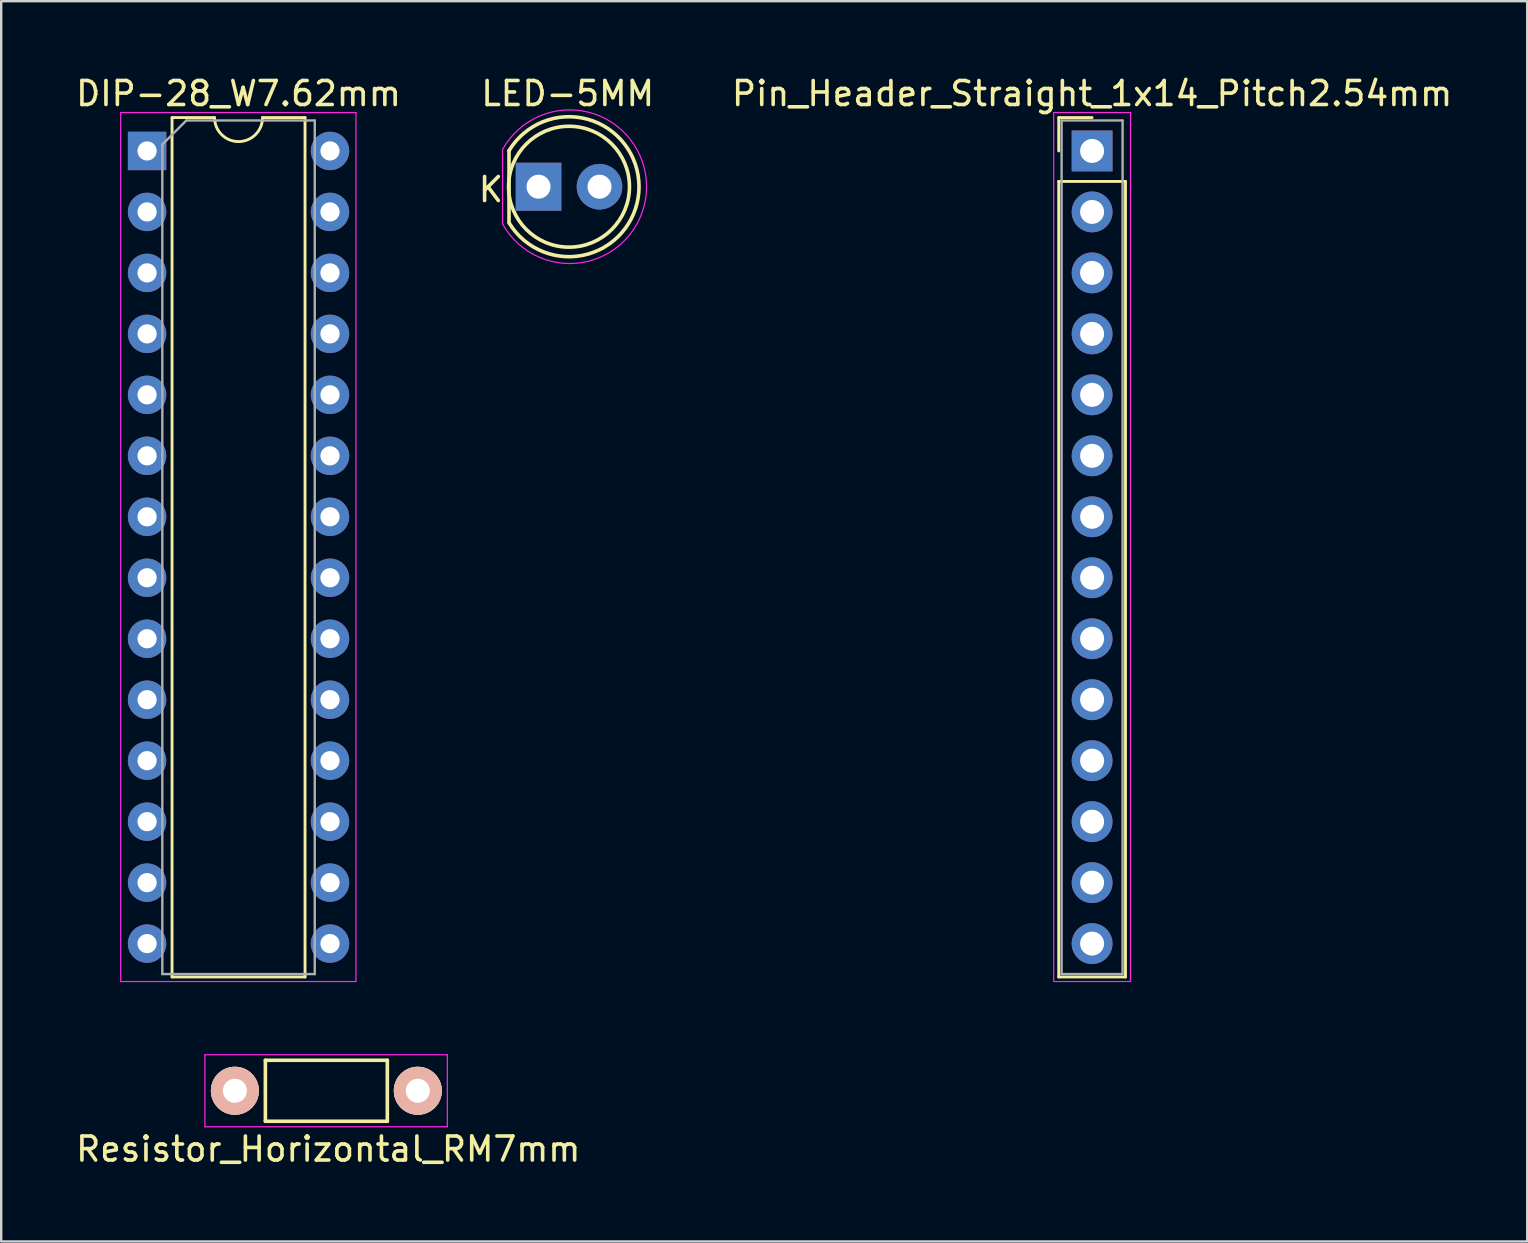
<source format=kicad_pcb>
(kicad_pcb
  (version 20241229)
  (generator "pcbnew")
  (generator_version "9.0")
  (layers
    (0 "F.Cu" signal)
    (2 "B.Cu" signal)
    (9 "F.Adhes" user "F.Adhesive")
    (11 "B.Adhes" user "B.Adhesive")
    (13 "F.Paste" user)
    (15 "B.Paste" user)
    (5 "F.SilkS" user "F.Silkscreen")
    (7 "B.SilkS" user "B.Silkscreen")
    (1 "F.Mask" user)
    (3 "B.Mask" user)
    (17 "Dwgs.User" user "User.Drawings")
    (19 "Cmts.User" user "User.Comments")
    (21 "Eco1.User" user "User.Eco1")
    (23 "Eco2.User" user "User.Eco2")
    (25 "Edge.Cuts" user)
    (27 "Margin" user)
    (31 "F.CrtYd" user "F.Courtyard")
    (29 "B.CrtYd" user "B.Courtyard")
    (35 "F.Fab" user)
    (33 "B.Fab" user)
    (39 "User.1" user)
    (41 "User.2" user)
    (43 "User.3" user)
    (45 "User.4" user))
  (footprint "DIP-28_W7.62mm"
    (layer "F.Cu")
    (at 3.077 3.238)
    (property "Reference" "DIP-28_W7.62mm" (at 3.81 -2.39 0) (layer "F.SilkS") (effects (font (size 1 1) (thickness 0.15))))
    (attr through_hole)
    (fp_line (start 1.04 -1.39) (end 1.04 34.41) (stroke (width 0.12) (type solid)) (layer "F.SilkS"))
    (fp_line (start 1.04 34.41) (end 6.58 34.41) (stroke (width 0.12) (type solid)) (layer "F.SilkS"))
    (fp_line (start 2.81 -1.39) (end 1.04 -1.39) (stroke (width 0.12) (type solid)) (layer "F.SilkS"))
    (fp_line (start 6.58 -1.39) (end 4.81 -1.39) (stroke (width 0.12) (type solid)) (layer "F.SilkS"))
    (fp_line (start 6.58 34.41) (end 6.58 -1.39) (stroke (width 0.12) (type solid)) (layer "F.SilkS"))
    (fp_arc (start 4.81 -1.39) (mid 3.81 -0.39) (end 2.81 -1.39) (stroke (width 0.12) (type solid)) (layer "F.SilkS"))
    (fp_line (start -1.1 -1.6) (end -1.1 34.6) (stroke (width 0.05) (type solid)) (layer "F.CrtYd"))
    (fp_line (start -1.1 34.6) (end 8.7 34.6) (stroke (width 0.05) (type solid)) (layer "F.CrtYd"))
    (fp_line (start 8.7 -1.6) (end -1.1 -1.6) (stroke (width 0.05) (type solid)) (layer "F.CrtYd"))
    (fp_line (start 8.7 34.6) (end 8.7 -1.6) (stroke (width 0.05) (type solid)) (layer "F.CrtYd"))
    (fp_line (start 0.635 -0.27) (end 1.635 -1.27) (stroke (width 0.1) (type solid)) (layer "F.Fab"))
    (fp_line (start 0.635 34.29) (end 0.635 -0.27) (stroke (width 0.1) (type solid)) (layer "F.Fab"))
    (fp_line (start 1.635 -1.27) (end 6.985 -1.27) (stroke (width 0.1) (type solid)) (layer "F.Fab"))
    (fp_line (start 6.985 -1.27) (end 6.985 34.29) (stroke (width 0.1) (type solid)) (layer "F.Fab"))
    (fp_line (start 6.985 34.29) (end 0.635 34.29) (stroke (width 0.1) (type solid)) (layer "F.Fab"))
    (pad "1" thru_hole rect (at 0 0) (size 1.6 1.6) (drill 0.8) (layers "*.Cu" "*.Mask"))
    (pad "2" thru_hole oval (at 0 2.54) (size 1.6 1.6) (drill 0.8) (layers "*.Cu" "*.Mask"))
    (pad "3" thru_hole oval (at 0 5.08) (size 1.6 1.6) (drill 0.8) (layers "*.Cu" "*.Mask"))
    (pad "4" thru_hole oval (at 0 7.62) (size 1.6 1.6) (drill 0.8) (layers "*.Cu" "*.Mask"))
    (pad "5" thru_hole oval (at 0 10.16) (size 1.6 1.6) (drill 0.8) (layers "*.Cu" "*.Mask"))
    (pad "6" thru_hole oval (at 0 12.7) (size 1.6 1.6) (drill 0.8) (layers "*.Cu" "*.Mask"))
    (pad "7" thru_hole oval (at 0 15.24) (size 1.6 1.6) (drill 0.8) (layers "*.Cu" "*.Mask"))
    (pad "8" thru_hole oval (at 0 17.78) (size 1.6 1.6) (drill 0.8) (layers "*.Cu" "*.Mask"))
    (pad "9" thru_hole oval (at 0 20.32) (size 1.6 1.6) (drill 0.8) (layers "*.Cu" "*.Mask"))
    (pad "10" thru_hole oval (at 0 22.86) (size 1.6 1.6) (drill 0.8) (layers "*.Cu" "*.Mask"))
    (pad "11" thru_hole oval (at 0 25.4) (size 1.6 1.6) (drill 0.8) (layers "*.Cu" "*.Mask"))
    (pad "12" thru_hole oval (at 0 27.94) (size 1.6 1.6) (drill 0.8) (layers "*.Cu" "*.Mask"))
    (pad "13" thru_hole oval (at 0 30.48) (size 1.6 1.6) (drill 0.8) (layers "*.Cu" "*.Mask"))
    (pad "14" thru_hole oval (at 0 33.02) (size 1.6 1.6) (drill 0.8) (layers "*.Cu" "*.Mask"))
    (pad "15" thru_hole oval (at 7.62 33.02) (size 1.6 1.6) (drill 0.8) (layers "*.Cu" "*.Mask"))
    (pad "16" thru_hole oval (at 7.62 30.48) (size 1.6 1.6) (drill 0.8) (layers "*.Cu" "*.Mask"))
    (pad "17" thru_hole oval (at 7.62 27.94) (size 1.6 1.6) (drill 0.8) (layers "*.Cu" "*.Mask"))
    (pad "18" thru_hole oval (at 7.62 25.4) (size 1.6 1.6) (drill 0.8) (layers "*.Cu" "*.Mask"))
    (pad "19" thru_hole oval (at 7.62 22.86) (size 1.6 1.6) (drill 0.8) (layers "*.Cu" "*.Mask"))
    (pad "20" thru_hole oval (at 7.62 20.32) (size 1.6 1.6) (drill 0.8) (layers "*.Cu" "*.Mask"))
    (pad "21" thru_hole oval (at 7.62 17.78) (size 1.6 1.6) (drill 0.8) (layers "*.Cu" "*.Mask"))
    (pad "22" thru_hole oval (at 7.62 15.24) (size 1.6 1.6) (drill 0.8) (layers "*.Cu" "*.Mask"))
    (pad "23" thru_hole oval (at 7.62 12.7) (size 1.6 1.6) (drill 0.8) (layers "*.Cu" "*.Mask"))
    (pad "24" thru_hole oval (at 7.62 10.16) (size 1.6 1.6) (drill 0.8) (layers "*.Cu" "*.Mask"))
    (pad "25" thru_hole oval (at 7.62 7.62) (size 1.6 1.6) (drill 0.8) (layers "*.Cu" "*.Mask"))
    (pad "26" thru_hole oval (at 7.62 5.08) (size 1.6 1.6) (drill 0.8) (layers "*.Cu" "*.Mask"))
    (pad "27" thru_hole oval (at 7.62 2.54) (size 1.6 1.6) (drill 0.8) (layers "*.Cu" "*.Mask"))
    (pad "28" thru_hole oval (at 7.62 0) (size 1.6 1.6) (drill 0.8) (layers "*.Cu" "*.Mask")))
  (footprint "LED-5MM"
    (layer "F.Cu")
    (at 19.384 4.728)
    (property "Reference" "LED-5MM" (at 1.215 -3.88 0) (layer "F.SilkS") (effects (font (size 1 1) (thickness 0.15))))
    (attr through_hole)
    (fp_line (start -1.23 1.5) (end -1.23 -1.5) (stroke (width 0.15) (type solid)) (layer "F.SilkS"))
    (fp_arc (start -1.23 -1.5) (mid 4.18544 -0.014565) (end -1.214888 1.524904) (stroke (width 0.15) (type solid)) (layer "F.SilkS"))
    (fp_circle (center 1.27 0) (end 0.97 -2.5) (stroke (width 0.15) (type solid)) (fill no) (layer "F.SilkS"))
    (fp_line (start -1.5 -1.55) (end -1.5 1.55) (stroke (width 0.05) (type solid)) (layer "F.CrtYd"))
    (fp_arc (start -1.498248 -1.55316) (mid 4.50039 0.001807) (end -1.5 1.55) (stroke (width 0.05) (type solid)) (layer "F.CrtYd"))
    (fp_text user "K" (at -1.985 0.12 0) (layer "F.SilkS") (effects (font (size 1 1) (thickness 0.15))))
    (pad "1" thru_hole rect (at 0 0 90) (size 2 1.9) (drill 1.001) (layers "*.Cu" "*.Mask"))
    (pad "2" thru_hole circle (at 2.54 0) (size 1.9 1.9) (drill 1.001) (layers "*.Cu" "*.Mask")))
  (footprint "Resistor_Horizontal_RM7mm"
    (layer "F.Cu")
    (at 6.735 42.388)
    (property "Reference" "Resistor_Horizontal_RM7mm" (at 3.89 2.43 0) (layer "F.SilkS") (effects (font (size 1 1) (thickness 0.15))))
    (attr through_hole)
    (fp_line (start 1.27 -1.27) (end 6.35 -1.27) (stroke (width 0.15) (type solid)) (layer "F.SilkS"))
    (fp_line (start 1.27 1.27) (end 1.27 -1.27) (stroke (width 0.15) (type solid)) (layer "F.SilkS"))
    (fp_line (start 6.35 -1.27) (end 6.35 1.27) (stroke (width 0.15) (type solid)) (layer "F.SilkS"))
    (fp_line (start 6.35 1.27) (end 1.27 1.27) (stroke (width 0.15) (type solid)) (layer "F.SilkS"))
    (fp_line (start -1.25 -1.5) (end 8.85 -1.5) (stroke (width 0.05) (type solid)) (layer "F.CrtYd"))
    (fp_line (start -1.25 1.5) (end -1.25 -1.5) (stroke (width 0.05) (type solid)) (layer "F.CrtYd"))
    (fp_line (start -1.25 1.5) (end 8.85 1.5) (stroke (width 0.05) (type solid)) (layer "F.CrtYd"))
    (fp_line (start 8.85 -1.5) (end 8.85 1.5) (stroke (width 0.05) (type solid)) (layer "F.CrtYd"))
    (pad "1" thru_hole circle (at 0 0) (size 1.999 1.999) (drill 1.001) (layers "*.Cu" "*.SilkS" "*.Mask"))
    (pad "2" thru_hole circle (at 7.62 0) (size 1.999 1.999) (drill 1.001) (layers "*.Cu" "*.SilkS" "*.Mask")))
  (footprint "Pin_Header_Straight_1x14_Pitch2.54mm"
    (layer "F.Cu")
    (at 42.444 3.238)
    (property "Reference" "Pin_Header_Straight_1x14_Pitch2.54mm" (at 0 -2.39 0) (layer "F.SilkS") (effects (font (size 1 1) (thickness 0.15))))
    (attr through_hole)
    (fp_line (start -1.39 -1.39) (end 0 -1.39) (stroke (width 0.12) (type solid)) (layer "F.SilkS"))
    (fp_line (start -1.39 0) (end -1.39 -1.39) (stroke (width 0.12) (type solid)) (layer "F.SilkS"))
    (fp_line (start -1.39 1.27) (end -1.39 34.41) (stroke (width 0.12) (type solid)) (layer "F.SilkS"))
    (fp_line (start -1.39 34.41) (end 1.39 34.41) (stroke (width 0.12) (type solid)) (layer "F.SilkS"))
    (fp_line (start 1.39 1.27) (end -1.39 1.27) (stroke (width 0.12) (type solid)) (layer "F.SilkS"))
    (fp_line (start 1.39 34.41) (end 1.39 1.27) (stroke (width 0.12) (type solid)) (layer "F.SilkS"))
    (fp_line (start -1.6 -1.6) (end -1.6 34.6) (stroke (width 0.05) (type solid)) (layer "F.CrtYd"))
    (fp_line (start -1.6 34.6) (end 1.6 34.6) (stroke (width 0.05) (type solid)) (layer "F.CrtYd"))
    (fp_line (start 1.6 -1.6) (end -1.6 -1.6) (stroke (width 0.05) (type solid)) (layer "F.CrtYd"))
    (fp_line (start 1.6 34.6) (end 1.6 -1.6) (stroke (width 0.05) (type solid)) (layer "F.CrtYd"))
    (fp_line (start -1.27 -1.27) (end -1.27 34.29) (stroke (width 0.1) (type solid)) (layer "F.Fab"))
    (fp_line (start -1.27 34.29) (end 1.27 34.29) (stroke (width 0.1) (type solid)) (layer "F.Fab"))
    (fp_line (start 1.27 -1.27) (end -1.27 -1.27) (stroke (width 0.1) (type solid)) (layer "F.Fab"))
    (fp_line (start 1.27 34.29) (end 1.27 -1.27) (stroke (width 0.1) (type solid)) (layer "F.Fab"))
    (pad "1" thru_hole rect (at 0 0) (size 1.7 1.7) (drill 1) (layers "*.Cu" "*.Mask"))
    (pad "2" thru_hole oval (at 0 2.54) (size 1.7 1.7) (drill 1) (layers "*.Cu" "*.Mask"))
    (pad "3" thru_hole oval (at 0 5.08) (size 1.7 1.7) (drill 1) (layers "*.Cu" "*.Mask"))
    (pad "4" thru_hole oval (at 0 7.62) (size 1.7 1.7) (drill 1) (layers "*.Cu" "*.Mask"))
    (pad "5" thru_hole oval (at 0 10.16) (size 1.7 1.7) (drill 1) (layers "*.Cu" "*.Mask"))
    (pad "6" thru_hole oval (at 0 12.7) (size 1.7 1.7) (drill 1) (layers "*.Cu" "*.Mask"))
    (pad "7" thru_hole oval (at 0 15.24) (size 1.7 1.7) (drill 1) (layers "*.Cu" "*.Mask"))
    (pad "8" thru_hole oval (at 0 17.78) (size 1.7 1.7) (drill 1) (layers "*.Cu" "*.Mask"))
    (pad "9" thru_hole oval (at 0 20.32) (size 1.7 1.7) (drill 1) (layers "*.Cu" "*.Mask"))
    (pad "10" thru_hole oval (at 0 22.86) (size 1.7 1.7) (drill 1) (layers "*.Cu" "*.Mask"))
    (pad "11" thru_hole oval (at 0 25.4) (size 1.7 1.7) (drill 1) (layers "*.Cu" "*.Mask"))
    (pad "12" thru_hole oval (at 0 27.94) (size 1.7 1.7) (drill 1) (layers "*.Cu" "*.Mask"))
    (pad "13" thru_hole oval (at 0 30.48) (size 1.7 1.7) (drill 1) (layers "*.Cu" "*.Mask"))
    (pad "14" thru_hole oval (at 0 33.02) (size 1.7 1.7) (drill 1) (layers "*.Cu" "*.Mask")))
  (gr_rect
    (start -3 -3)
    (end 60.569 48.666)
    (stroke (width 0.1) (type default))
    (fill no)
    (layer "Edge.Cuts")))
</source>
